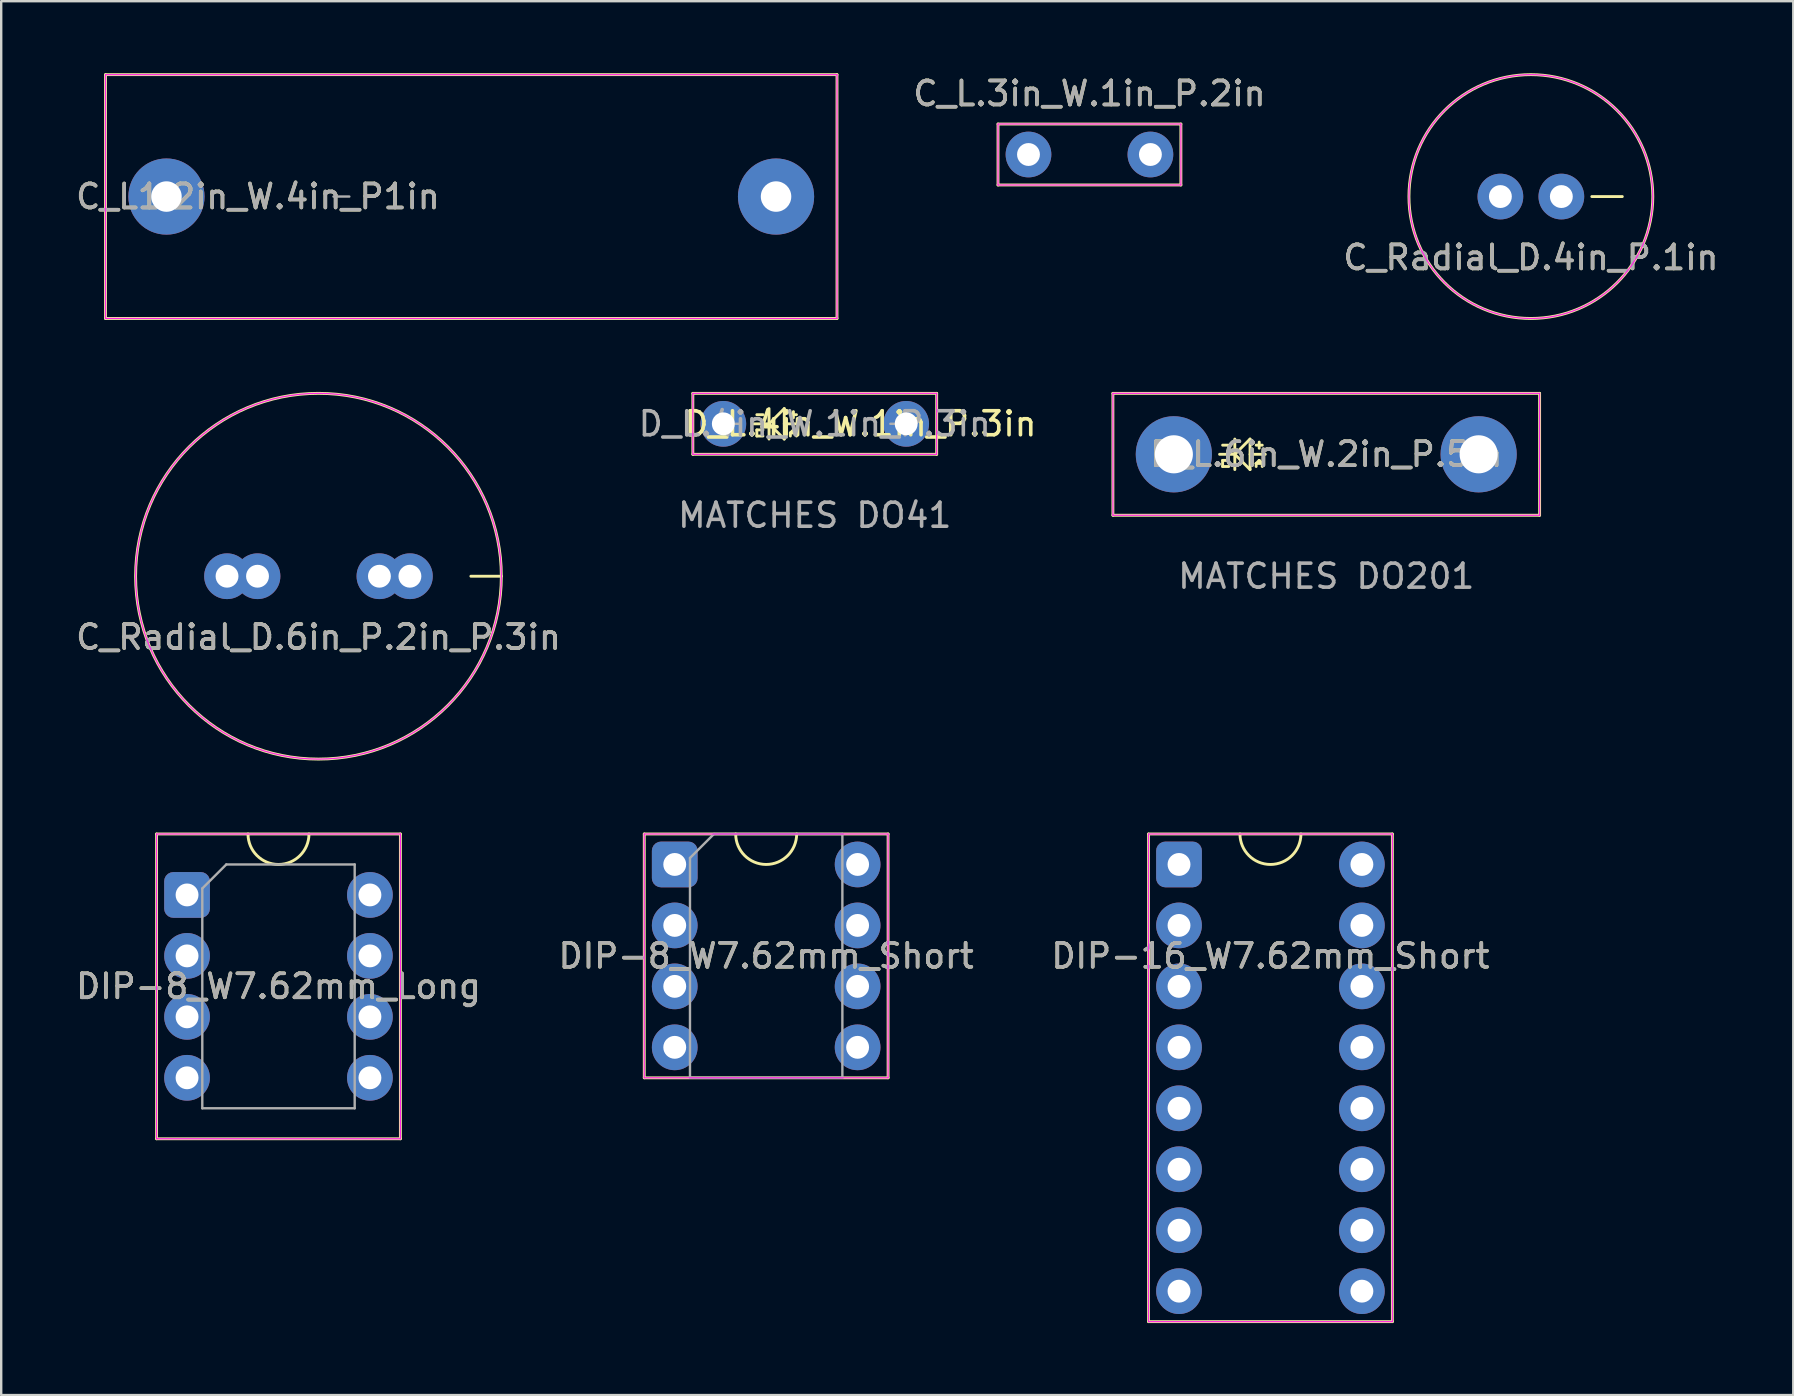
<source format=kicad_pcb>
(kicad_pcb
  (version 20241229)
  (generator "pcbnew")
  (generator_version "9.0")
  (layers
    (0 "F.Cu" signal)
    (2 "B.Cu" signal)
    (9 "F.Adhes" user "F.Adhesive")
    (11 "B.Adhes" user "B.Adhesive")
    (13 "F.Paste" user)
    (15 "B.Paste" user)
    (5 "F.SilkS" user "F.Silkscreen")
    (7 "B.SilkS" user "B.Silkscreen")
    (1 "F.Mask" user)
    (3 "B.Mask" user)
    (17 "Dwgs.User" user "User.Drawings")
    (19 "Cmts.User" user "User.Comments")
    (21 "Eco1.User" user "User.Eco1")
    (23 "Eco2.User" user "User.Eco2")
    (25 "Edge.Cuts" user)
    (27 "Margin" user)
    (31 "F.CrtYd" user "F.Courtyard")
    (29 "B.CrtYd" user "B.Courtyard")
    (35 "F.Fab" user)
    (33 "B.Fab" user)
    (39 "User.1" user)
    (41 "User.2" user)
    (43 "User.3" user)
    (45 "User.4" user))
  (footprint "D_L.6in_W.2in_P.5in"
    (layer "F.Cu")
    (at 45.862 15.88)
    (property "Reference" "D_L.6in_W.2in_P.5in" (at 6.35 0 0) (layer "F.SilkS") (effects (font (size 1 1) (thickness 0.15))))
    (attr through_hole)
    (fp_line (start -2.54 -2.54) (end 15.24 -2.54) (stroke (width 0.12) (type solid)) (layer "F.SilkS"))
    (fp_line (start -2.54 2.54) (end -2.54 -2.54) (stroke (width 0.12) (type solid)) (layer "F.SilkS"))
    (fp_line (start 2.032 -0.381) (end 2.286 -0.381) (stroke (width 0.12) (type solid)) (layer "F.SilkS"))
    (fp_line (start 2.032 0.254) (end 2.032 0.508) (stroke (width 0.12) (type solid)) (layer "F.SilkS"))
    (fp_line (start 2.032 0.254) (end 2.286 0.254) (stroke (width 0.12) (type solid)) (layer "F.SilkS"))
    (fp_line (start 2.032 0.508) (end 2.286 0.508) (stroke (width 0.12) (type solid)) (layer "F.SilkS"))
    (fp_line (start 2.54 0) (end 1.905 0) (stroke (width 0.12) (type solid)) (layer "F.SilkS"))
    (fp_line (start 2.54 0) (end 3.175 0.635) (stroke (width 0.12) (type solid)) (layer "F.SilkS"))
    (fp_line (start 2.54 0.635) (end 2.54 -0.635) (stroke (width 0.12) (type solid)) (layer "F.SilkS"))
    (fp_line (start 3.175 -0.635) (end 2.54 0) (stroke (width 0.12) (type solid)) (layer "F.SilkS"))
    (fp_line (start 3.175 0) (end 3.81 0) (stroke (width 0.12) (type solid)) (layer "F.SilkS"))
    (fp_line (start 3.175 0.635) (end 3.175 -0.635) (stroke (width 0.12) (type solid)) (layer "F.SilkS"))
    (fp_line (start 3.429 -0.381) (end 3.683 -0.381) (stroke (width 0.12) (type solid)) (layer "F.SilkS"))
    (fp_line (start 3.429 0.381) (end 3.429 0.508) (stroke (width 0.12) (type solid)) (layer "F.SilkS"))
    (fp_line (start 3.429 0.381) (end 3.556 0.254) (stroke (width 0.12) (type solid)) (layer "F.SilkS"))
    (fp_line (start 3.429 0.381) (end 3.683 0.381) (stroke (width 0.12) (type solid)) (layer "F.SilkS"))
    (fp_line (start 3.556 -0.508) (end 3.556 -0.254) (stroke (width 0.12) (type solid)) (layer "F.SilkS"))
    (fp_line (start 3.556 0.254) (end 3.683 0.381) (stroke (width 0.12) (type solid)) (layer "F.SilkS"))
    (fp_line (start 3.683 0.381) (end 3.683 0.508) (stroke (width 0.12) (type solid)) (layer "F.SilkS"))
    (fp_line (start 15.24 -2.54) (end 15.24 2.54) (stroke (width 0.12) (type solid)) (layer "F.SilkS"))
    (fp_line (start 15.24 2.54) (end -2.54 2.54) (stroke (width 0.12) (type solid)) (layer "F.SilkS"))
    (fp_line (start -2.54 -2.54) (end -2.54 2.54) (stroke (width 0.05) (type solid)) (layer "F.CrtYd"))
    (fp_line (start -2.54 2.54) (end 15.24 2.54) (stroke (width 0.05) (type solid)) (layer "F.CrtYd"))
    (fp_line (start 15.24 -2.54) (end -2.54 -2.54) (stroke (width 0.05) (type solid)) (layer "F.CrtYd"))
    (fp_line (start 15.24 2.54) (end 15.24 -2.54) (stroke (width 0.05) (type solid)) (layer "F.CrtYd"))
    (fp_text user "${REFERENCE}" (at 6.35 0 0) (layer "F.Fab") (effects (font (size 1 1) (thickness 0.15))))
    (fp_text user "MATCHES DO201" (at 6.35 5.08 0) (unlocked yes) (layer "F.Fab") (effects (font (size 1 1) (thickness 0.15))))
    (pad "1" thru_hole circle (at 0 0) (size 3.175 3.175) (drill 1.587) (layers "*.Cu" "*.Mask"))
    (pad "2" thru_hole circle (at 12.7 0) (size 3.175 3.175) (drill 1.587) (layers "*.Cu" "*.Mask")))
  (footprint "C_L.3in_W.1in_P.2in"
    (layer "F.Cu")
    (at 39.805 3.388)
    (property "Reference" "C_L.3in_W.1in_P.2in" (at 2.54 -2.54 0) (layer "F.SilkS") (effects (font (size 1 1) (thickness 0.15))))
    (attr through_hole)
    (fp_line (start -1.27 -1.27) (end 6.35 -1.27) (stroke (width 0.12) (type solid)) (layer "F.SilkS"))
    (fp_line (start -1.27 1.27) (end -1.27 -1.27) (stroke (width 0.12) (type solid)) (layer "F.SilkS"))
    (fp_line (start 6.35 -1.27) (end 6.35 1.27) (stroke (width 0.12) (type solid)) (layer "F.SilkS"))
    (fp_line (start 6.35 1.27) (end -1.27 1.27) (stroke (width 0.12) (type solid)) (layer "F.SilkS"))
    (fp_line (start -1.27 -1.27) (end -1.27 1.27) (stroke (width 0.05) (type solid)) (layer "F.CrtYd"))
    (fp_line (start -1.27 1.27) (end 6.35 1.27) (stroke (width 0.05) (type solid)) (layer "F.CrtYd"))
    (fp_line (start 6.35 -1.27) (end -1.27 -1.27) (stroke (width 0.05) (type solid)) (layer "F.CrtYd"))
    (fp_line (start 6.35 1.27) (end 6.35 -1.27) (stroke (width 0.05) (type solid)) (layer "F.CrtYd"))
    (fp_text user "${REFERENCE}" (at 2.54 -2.54 0) (layer "F.Fab") (effects (font (size 1 1) (thickness 0.15))))
    (pad "1" thru_hole circle (at 0 0) (size 1.905 1.905) (drill 0.953) (layers "*.Cu" "*.Mask"))
    (pad "2" thru_hole circle (at 5.08 0) (size 1.905 1.905) (drill 0.953) (layers "*.Cu" "*.Mask")))
  (footprint "C_Radial_D.6in_P.2in_P.3in"
    (layer "F.Cu")
    (at 6.41 20.96)
    (property "Reference" "C_Radial_D.6in_P.2in_P.3in" (at 3.81 2.54 0) (layer "F.SilkS") (effects (font (size 1 1) (thickness 0.15))))
    (attr through_hole)
    (fp_line (start 10.16 0) (end 11.43 0) (stroke (width 0.12) (type solid)) (layer "F.SilkS"))
    (fp_circle (center 3.81 0) (end 3.81 7.62) (stroke (width 0.12) (type solid)) (fill no) (layer "F.SilkS"))
    (fp_circle (center 3.81 0) (end 3.81 -7.62) (stroke (width 0.05) (type solid)) (fill no) (layer "F.CrtYd"))
    (fp_text user "${REFERENCE}" (at 3.81 2.54 0) (layer "F.Fab") (effects (font (size 1 1) (thickness 0.15))))
    (pad "1" thru_hole circle (at 0 0) (size 1.905 1.905) (drill 0.953) (layers "*.Cu" "*.Mask"))
    (pad "1" thru_hole circle (at 1.27 0) (size 1.905 1.905) (drill 0.953) (layers "*.Cu" "*.Mask"))
    (pad "2" thru_hole circle (at 6.35 0) (size 1.905 1.905) (drill 0.953) (layers "*.Cu" "*.Mask"))
    (pad "2" thru_hole circle (at 7.62 0) (size 1.905 1.905) (drill 0.953) (layers "*.Cu" "*.Mask")))
  (footprint "DIP-8_W7.62mm_Short"
    (layer "F.Cu")
    (at 25.065 32.97)
    (property "Reference" "DIP-8_W7.62mm_Short" (at 3.81 3.81 0) (layer "F.SilkS") (effects (font (size 1 1) (thickness 0.15))))
    (attr through_hole)
    (fp_line (start -1.27 -1.27) (end -1.27 8.89) (stroke (width 0.12) (type solid)) (layer "F.SilkS"))
    (fp_line (start -1.27 8.89) (end 8.89 8.89) (stroke (width 0.12) (type solid)) (layer "F.SilkS"))
    (fp_line (start 8.89 -1.27) (end -1.27 -1.27) (stroke (width 0.12) (type solid)) (layer "F.SilkS"))
    (fp_line (start 8.89 8.89) (end 8.89 -1.27) (stroke (width 0.12) (type solid)) (layer "F.SilkS"))
    (fp_arc (start 5.08 -1.27) (mid 3.81 0) (end 2.54 -1.27) (stroke (width 0.12) (type solid)) (layer "F.SilkS"))
    (fp_line (start -1.27 -1.27) (end -1.27 8.89) (stroke (width 0.05) (type solid)) (layer "F.CrtYd"))
    (fp_line (start -1.27 8.89) (end 8.89 8.89) (stroke (width 0.05) (type solid)) (layer "F.CrtYd"))
    (fp_line (start 8.89 -1.27) (end -1.27 -1.27) (stroke (width 0.05) (type solid)) (layer "F.CrtYd"))
    (fp_line (start 8.89 8.89) (end 8.89 -1.27) (stroke (width 0.05) (type solid)) (layer "F.CrtYd"))
    (fp_line (start 0.635 -0.27) (end 1.635 -1.27) (stroke (width 0.1) (type solid)) (layer "F.Fab"))
    (fp_line (start 0.635 8.89) (end 0.635 -0.27) (stroke (width 0.1) (type solid)) (layer "F.Fab"))
    (fp_line (start 1.635 -1.27) (end 6.985 -1.27) (stroke (width 0.1) (type solid)) (layer "F.Fab"))
    (fp_line (start 6.985 -1.27) (end 6.985 8.89) (stroke (width 0.1) (type solid)) (layer "F.Fab"))
    (fp_line (start 6.985 8.89) (end 0.635 8.89) (stroke (width 0.1) (type solid)) (layer "F.Fab"))
    (fp_text user "${REFERENCE}" (at 3.81 3.81 0) (layer "F.Fab") (effects (font (size 1 1) (thickness 0.15))))
    (pad "1" thru_hole roundrect (at 0 0) (size 1.905 1.905) (drill 0.953) (layers "*.Cu" "*.Mask") (roundrect_rratio 0.2))
    (pad "2" thru_hole circle (at 0 2.54) (size 1.905 1.905) (drill 0.953) (layers "*.Cu" "*.Mask"))
    (pad "3" thru_hole circle (at 0 5.08) (size 1.905 1.905) (drill 0.953) (layers "*.Cu" "*.Mask"))
    (pad "4" thru_hole circle (at 0 7.62) (size 1.905 1.905) (drill 0.953) (layers "*.Cu" "*.Mask"))
    (pad "5" thru_hole circle (at 7.62 7.62) (size 1.905 1.905) (drill 0.953) (layers "*.Cu" "*.Mask"))
    (pad "6" thru_hole circle (at 7.62 5.08) (size 1.905 1.905) (drill 0.953) (layers "*.Cu" "*.Mask"))
    (pad "7" thru_hole circle (at 7.62 2.54) (size 1.905 1.905) (drill 0.953) (layers "*.Cu" "*.Mask"))
    (pad "8" thru_hole circle (at 7.62 0) (size 1.905 1.905) (drill 0.953) (layers "*.Cu" "*.Mask")))
  (footprint "C_Radial_D.4in_P.1in"
    (layer "F.Cu")
    (at 59.468 5.14)
    (property "Reference" "C_Radial_D.4in_P.1in" (at 1.27 2.54 0) (layer "F.SilkS") (effects (font (size 1 1) (thickness 0.15))))
    (attr through_hole)
    (fp_line (start 3.81 0) (end 5.08 0) (stroke (width 0.12) (type solid)) (layer "F.SilkS"))
    (fp_circle (center 1.27 0) (end 1.27 5.08) (stroke (width 0.12) (type solid)) (fill no) (layer "F.SilkS"))
    (fp_circle (center 1.27 0) (end 1.27 -5.08) (stroke (width 0.05) (type solid)) (fill no) (layer "F.CrtYd"))
    (fp_text user "${REFERENCE}" (at 1.27 2.54 0) (layer "F.Fab") (effects (font (size 1 1) (thickness 0.15))))
    (pad "1" thru_hole circle (at 0 0) (size 1.905 1.905) (drill 0.953) (layers "*.Cu" "*.Mask"))
    (pad "2" thru_hole circle (at 2.54 0) (size 1.905 1.905) (drill 0.953) (layers "*.Cu" "*.Mask")))
  (footprint "DIP-16_W7.62mm_Short"
    (layer "F.Cu")
    (at 46.077 32.97)
    (property "Reference" "DIP-16_W7.62mm_Short" (at 3.81 3.81 0) (layer "F.SilkS") (effects (font (size 1 1) (thickness 0.15))))
    (attr through_hole)
    (fp_line (start -1.27 -1.27) (end -1.27 19.05) (stroke (width 0.12) (type solid)) (layer "F.SilkS"))
    (fp_line (start -1.27 19.05) (end 8.89 19.05) (stroke (width 0.12) (type solid)) (layer "F.SilkS"))
    (fp_line (start 8.89 -1.27) (end -1.27 -1.27) (stroke (width 0.12) (type solid)) (layer "F.SilkS"))
    (fp_line (start 8.89 19.05) (end 8.89 -1.27) (stroke (width 0.12) (type solid)) (layer "F.SilkS"))
    (fp_arc (start 5.08 -1.27) (mid 3.81 0) (end 2.54 -1.27) (stroke (width 0.12) (type solid)) (layer "F.SilkS"))
    (fp_line (start -1.27 -1.27) (end -1.27 19.05) (stroke (width 0.05) (type solid)) (layer "F.CrtYd"))
    (fp_line (start -1.27 19.05) (end 8.89 19.05) (stroke (width 0.05) (type solid)) (layer "F.CrtYd"))
    (fp_line (start 8.89 -1.27) (end -1.27 -1.27) (stroke (width 0.05) (type solid)) (layer "F.CrtYd"))
    (fp_line (start 8.89 19.05) (end 8.89 -1.27) (stroke (width 0.05) (type solid)) (layer "F.CrtYd"))
    (fp_text user "${REFERENCE}" (at 3.81 3.81 0) (layer "F.Fab") (effects (font (size 1 1) (thickness 0.15))))
    (pad "1" thru_hole roundrect (at 0 0) (size 1.905 1.905) (drill 0.953) (layers "*.Cu" "*.Mask") (roundrect_rratio 0.2))
    (pad "2" thru_hole circle (at 0 2.54) (size 1.905 1.905) (drill 0.953) (layers "*.Cu" "*.Mask"))
    (pad "3" thru_hole circle (at 0 5.08) (size 1.905 1.905) (drill 0.953) (layers "*.Cu" "*.Mask"))
    (pad "4" thru_hole circle (at 0 7.62) (size 1.905 1.905) (drill 0.953) (layers "*.Cu" "*.Mask"))
    (pad "5" thru_hole circle (at 0 10.16) (size 1.905 1.905) (drill 0.953) (layers "*.Cu" "*.Mask"))
    (pad "6" thru_hole circle (at 0 12.7) (size 1.905 1.905) (drill 0.953) (layers "*.Cu" "*.Mask"))
    (pad "7" thru_hole circle (at 0 15.24) (size 1.905 1.905) (drill 0.953) (layers "*.Cu" "*.Mask"))
    (pad "8" thru_hole circle (at 0 17.78) (size 1.905 1.905) (drill 0.953) (layers "*.Cu" "*.Mask"))
    (pad "9" thru_hole circle (at 7.62 17.78) (size 1.905 1.905) (drill 0.953) (layers "*.Cu" "*.Mask"))
    (pad "10" thru_hole circle (at 7.62 15.24) (size 1.905 1.905) (drill 0.953) (layers "*.Cu" "*.Mask"))
    (pad "11" thru_hole circle (at 7.62 12.7) (size 1.905 1.905) (drill 0.953) (layers "*.Cu" "*.Mask"))
    (pad "12" thru_hole circle (at 7.62 10.16) (size 1.905 1.905) (drill 0.953) (layers "*.Cu" "*.Mask"))
    (pad "13" thru_hole circle (at 7.62 7.62) (size 1.905 1.905) (drill 0.953) (layers "*.Cu" "*.Mask"))
    (pad "14" thru_hole circle (at 7.62 5.08) (size 1.905 1.905) (drill 0.953) (layers "*.Cu" "*.Mask"))
    (pad "15" thru_hole circle (at 7.62 2.54) (size 1.905 1.905) (drill 0.953) (layers "*.Cu" "*.Mask"))
    (pad "16" thru_hole circle (at 7.62 0) (size 1.905 1.905) (drill 0.953) (layers "*.Cu" "*.Mask")))
  (footprint "C_L1.2in_W.4in_P1in"
    (layer "F.Cu")
    (at 3.886 5.14)
    (property "Reference" "C_L1.2in_W.4in_P1in" (at 3.81 0 0) (layer "F.SilkS") (effects (font (size 1 1) (thickness 0.15))))
    (attr through_hole)
    (fp_line (start -2.54 -5.08) (end 27.94 -5.08) (stroke (width 0.12) (type solid)) (layer "F.SilkS"))
    (fp_line (start -2.54 5.08) (end -2.54 -5.08) (stroke (width 0.12) (type solid)) (layer "F.SilkS"))
    (fp_line (start 27.94 -5.08) (end 27.94 5.08) (stroke (width 0.12) (type solid)) (layer "F.SilkS"))
    (fp_line (start 27.94 5.08) (end -2.54 5.08) (stroke (width 0.12) (type solid)) (layer "F.SilkS"))
    (fp_line (start -2.54 -5.08) (end -2.54 5.08) (stroke (width 0.05) (type solid)) (layer "F.CrtYd"))
    (fp_line (start -2.54 5.08) (end 27.94 5.08) (stroke (width 0.05) (type solid)) (layer "F.CrtYd"))
    (fp_line (start 27.94 -5.08) (end -2.54 -5.08) (stroke (width 0.05) (type solid)) (layer "F.CrtYd"))
    (fp_line (start 27.94 5.08) (end 27.94 -5.08) (stroke (width 0.05) (type solid)) (layer "F.CrtYd"))
    (fp_line (start 7.62 0) (end 6.96 0) (stroke (width 0.1) (type solid)) (layer "F.Fab"))
    (fp_text user "${REFERENCE}" (at 3.81 0 0) (layer "F.Fab") (effects (font (size 1 1) (thickness 0.15))))
    (pad "1" thru_hole circle (at 0 0) (size 3.175 3.175) (drill 1.27) (layers "*.Cu" "*.Mask"))
    (pad "2" thru_hole circle (at 25.4 0) (size 3.175 3.175) (drill 1.27) (layers "*.Cu" "*.Mask")))
  (footprint "DIP-8_W7.62mm_Long"
    (layer "F.Cu")
    (at 4.744 34.24)
    (property "Reference" "DIP-8_W7.62mm_Long" (at 3.81 3.81 0) (layer "F.SilkS") (effects (font (size 1 1) (thickness 0.15))))
    (attr through_hole)
    (fp_line (start -1.27 -2.54) (end -1.27 10.16) (stroke (width 0.12) (type solid)) (layer "F.SilkS"))
    (fp_line (start -1.27 10.16) (end 8.89 10.16) (stroke (width 0.12) (type solid)) (layer "F.SilkS"))
    (fp_line (start 8.89 -2.54) (end -1.27 -2.54) (stroke (width 0.12) (type solid)) (layer "F.SilkS"))
    (fp_line (start 8.89 10.16) (end 8.89 -2.54) (stroke (width 0.12) (type solid)) (layer "F.SilkS"))
    (fp_arc (start 5.08 -2.54) (mid 3.81 -1.27) (end 2.54 -2.54) (stroke (width 0.12) (type solid)) (layer "F.SilkS"))
    (fp_line (start -1.27 -2.54) (end -1.27 10.16) (stroke (width 0.05) (type solid)) (layer "F.CrtYd"))
    (fp_line (start -1.27 10.16) (end 8.89 10.16) (stroke (width 0.05) (type solid)) (layer "F.CrtYd"))
    (fp_line (start 8.89 -2.54) (end -1.27 -2.54) (stroke (width 0.05) (type solid)) (layer "F.CrtYd"))
    (fp_line (start 8.89 10.16) (end 8.89 -2.54) (stroke (width 0.05) (type solid)) (layer "F.CrtYd"))
    (fp_line (start 0.635 -0.27) (end 1.635 -1.27) (stroke (width 0.1) (type solid)) (layer "F.Fab"))
    (fp_line (start 0.635 8.89) (end 0.635 -0.27) (stroke (width 0.1) (type solid)) (layer "F.Fab"))
    (fp_line (start 1.635 -1.27) (end 6.985 -1.27) (stroke (width 0.1) (type solid)) (layer "F.Fab"))
    (fp_line (start 6.985 -1.27) (end 6.985 8.89) (stroke (width 0.1) (type solid)) (layer "F.Fab"))
    (fp_line (start 6.985 8.89) (end 0.635 8.89) (stroke (width 0.1) (type solid)) (layer "F.Fab"))
    (fp_text user "${REFERENCE}" (at 3.81 3.81 0) (layer "F.Fab") (effects (font (size 1 1) (thickness 0.15))))
    (pad "1" thru_hole roundrect (at 0 0) (size 1.905 1.905) (drill 0.953) (layers "*.Cu" "*.Mask") (roundrect_rratio 0.2))
    (pad "2" thru_hole circle (at 0 2.54) (size 1.905 1.905) (drill 0.953) (layers "*.Cu" "*.Mask"))
    (pad "3" thru_hole circle (at 0 5.08) (size 1.905 1.905) (drill 0.953) (layers "*.Cu" "*.Mask"))
    (pad "4" thru_hole circle (at 0 7.62) (size 1.905 1.905) (drill 0.953) (layers "*.Cu" "*.Mask"))
    (pad "5" thru_hole circle (at 7.62 7.62) (size 1.905 1.905) (drill 0.953) (layers "*.Cu" "*.Mask"))
    (pad "6" thru_hole circle (at 7.62 5.08) (size 1.905 1.905) (drill 0.953) (layers "*.Cu" "*.Mask"))
    (pad "7" thru_hole circle (at 7.62 2.54) (size 1.905 1.905) (drill 0.953) (layers "*.Cu" "*.Mask"))
    (pad "8" thru_hole circle (at 7.62 0) (size 1.905 1.905) (drill 0.953) (layers "*.Cu" "*.Mask")))
  (footprint "D_L.4in_W.1in_P.3in"
    (layer "F.Cu")
    (at 27.089 14.61)
    (property "Reference" "D_L.4in_W.1in_P.3in" (at 5.715 0 0) (layer "F.SilkS") (effects (font (size 1 1) (thickness 0.15))))
    (attr through_hole)
    (fp_line (start -1.27 -1.27) (end 8.89 -1.27) (stroke (width 0.12) (type solid)) (layer "F.SilkS"))
    (fp_line (start -1.27 1.27) (end -1.27 -1.27) (stroke (width 0.12) (type solid)) (layer "F.SilkS"))
    (fp_line (start 1.397 -0.381) (end 1.651 -0.381) (stroke (width 0.12) (type solid)) (layer "F.SilkS"))
    (fp_line (start 1.397 0.254) (end 1.397 0.508) (stroke (width 0.12) (type solid)) (layer "F.SilkS"))
    (fp_line (start 1.397 0.254) (end 1.651 0.254) (stroke (width 0.12) (type solid)) (layer "F.SilkS"))
    (fp_line (start 1.397 0.508) (end 1.651 0.508) (stroke (width 0.12) (type solid)) (layer "F.SilkS"))
    (fp_line (start 1.905 0) (end 1.27 0) (stroke (width 0.12) (type solid)) (layer "F.SilkS"))
    (fp_line (start 1.905 0) (end 2.54 0.635) (stroke (width 0.12) (type solid)) (layer "F.SilkS"))
    (fp_line (start 1.905 0.635) (end 1.905 -0.635) (stroke (width 0.12) (type solid)) (layer "F.SilkS"))
    (fp_line (start 2.54 -0.635) (end 1.905 0) (stroke (width 0.12) (type solid)) (layer "F.SilkS"))
    (fp_line (start 2.54 0) (end 3.175 0) (stroke (width 0.12) (type solid)) (layer "F.SilkS"))
    (fp_line (start 2.54 0.635) (end 2.54 -0.635) (stroke (width 0.12) (type solid)) (layer "F.SilkS"))
    (fp_line (start 2.794 -0.381) (end 3.048 -0.381) (stroke (width 0.12) (type solid)) (layer "F.SilkS"))
    (fp_line (start 2.794 0.381) (end 2.794 0.508) (stroke (width 0.12) (type solid)) (layer "F.SilkS"))
    (fp_line (start 2.794 0.381) (end 2.921 0.254) (stroke (width 0.12) (type solid)) (layer "F.SilkS"))
    (fp_line (start 2.794 0.381) (end 3.048 0.381) (stroke (width 0.12) (type solid)) (layer "F.SilkS"))
    (fp_line (start 2.921 -0.508) (end 2.921 -0.254) (stroke (width 0.12) (type solid)) (layer "F.SilkS"))
    (fp_line (start 2.921 0.254) (end 3.048 0.381) (stroke (width 0.12) (type solid)) (layer "F.SilkS"))
    (fp_line (start 3.048 0.381) (end 3.048 0.508) (stroke (width 0.12) (type solid)) (layer "F.SilkS"))
    (fp_line (start 8.89 -1.27) (end 8.89 1.27) (stroke (width 0.12) (type solid)) (layer "F.SilkS"))
    (fp_line (start 8.89 1.27) (end -1.27 1.27) (stroke (width 0.12) (type solid)) (layer "F.SilkS"))
    (fp_line (start -1.27 -1.27) (end -1.27 1.27) (stroke (width 0.05) (type solid)) (layer "F.CrtYd"))
    (fp_line (start -1.27 1.27) (end 8.89 1.27) (stroke (width 0.05) (type solid)) (layer "F.CrtYd"))
    (fp_line (start 8.89 -1.27) (end -1.27 -1.27) (stroke (width 0.05) (type solid)) (layer "F.CrtYd"))
    (fp_line (start 8.89 1.27) (end 8.89 -1.27) (stroke (width 0.05) (type solid)) (layer "F.CrtYd"))
    (fp_line (start 0 0) (end 0.66 0) (stroke (width 0.1) (type solid)) (layer "F.Fab"))
    (fp_line (start 7.62 0) (end 6.96 0) (stroke (width 0.1) (type solid)) (layer "F.Fab"))
    (fp_text user "${REFERENCE}" (at 3.81 0 0) (layer "F.Fab") (effects (font (size 1 1) (thickness 0.15))))
    (fp_text user "MATCHES DO41" (at 3.81 3.81 0) (unlocked yes) (layer "F.Fab") (effects (font (size 1 1) (thickness 0.15))))
    (pad "1" thru_hole circle (at 0 0) (size 1.905 1.905) (drill 0.953) (layers "*.Cu" "*.Mask"))
    (pad "2" thru_hole circle (at 7.62 0) (size 1.905 1.905) (drill 0.953) (layers "*.Cu" "*.Mask")))
  (gr_rect
    (start -3 -3)
    (end 71.672 55.08)
    (stroke (width 0.1) (type default))
    (fill no)
    (layer "Edge.Cuts")))
</source>
